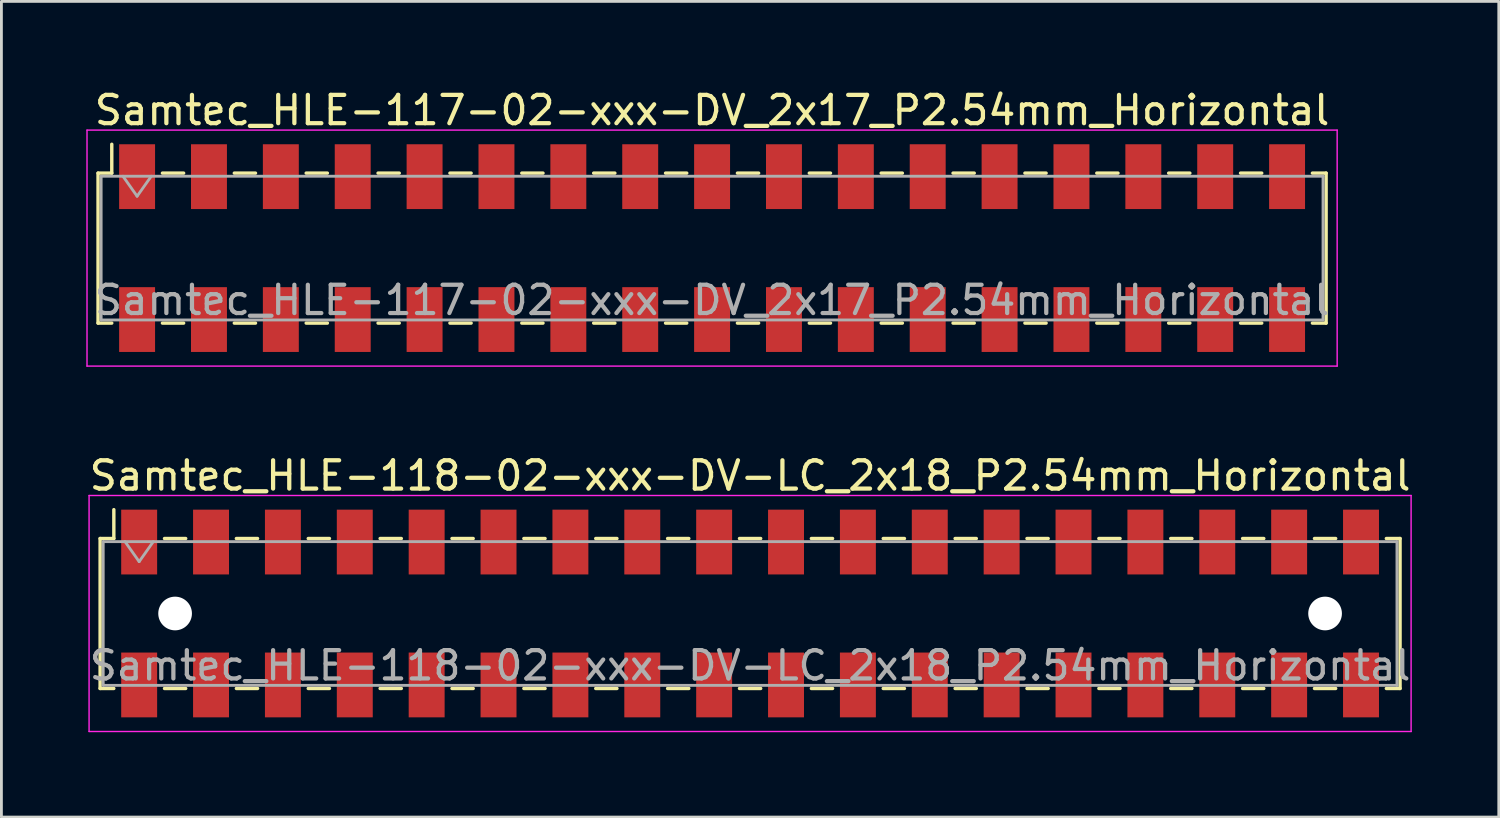
<source format=kicad_pcb>
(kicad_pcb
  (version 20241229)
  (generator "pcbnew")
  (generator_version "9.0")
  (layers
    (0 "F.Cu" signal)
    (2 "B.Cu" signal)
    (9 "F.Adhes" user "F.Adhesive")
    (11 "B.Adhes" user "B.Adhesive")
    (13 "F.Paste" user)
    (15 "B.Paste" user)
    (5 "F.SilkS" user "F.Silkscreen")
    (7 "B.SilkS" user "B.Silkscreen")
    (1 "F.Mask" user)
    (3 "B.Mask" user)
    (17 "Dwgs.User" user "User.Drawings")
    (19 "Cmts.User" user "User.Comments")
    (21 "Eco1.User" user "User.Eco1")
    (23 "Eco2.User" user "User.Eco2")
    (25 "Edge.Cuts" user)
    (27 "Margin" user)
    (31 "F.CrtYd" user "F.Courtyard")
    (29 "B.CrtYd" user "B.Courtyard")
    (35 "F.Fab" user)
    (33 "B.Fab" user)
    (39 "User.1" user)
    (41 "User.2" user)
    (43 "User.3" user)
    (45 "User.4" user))
  (footprint "Samtec_HLE-118-02-xxx-DV-LC_2x18_P2.54mm_Horizontal"
    (layer "F.Cu")
    (at 23.458 18.631)
    (property "Reference" "Samtec_HLE-118-02-xxx-DV-LC_2x18_P2.54mm_Horizontal" (at 0 -4.87 0) (layer "F.SilkS") (effects (font (size 1 1) (thickness 0.15))))
    (attr smd)
    (fp_line (start -22.97 -2.65) (end -22.97 2.65) (stroke (width 0.12) (type solid)) (layer "F.SilkS"))
    (fp_line (start -22.97 2.65) (end -22.485 2.65) (stroke (width 0.12) (type solid)) (layer "F.SilkS"))
    (fp_line (start -22.485 -3.67) (end -22.485 -2.65) (stroke (width 0.12) (type solid)) (layer "F.SilkS"))
    (fp_line (start -22.485 -2.65) (end -22.97 -2.65) (stroke (width 0.12) (type solid)) (layer "F.SilkS"))
    (fp_line (start -20.695 -2.65) (end -19.945 -2.65) (stroke (width 0.12) (type solid)) (layer "F.SilkS"))
    (fp_line (start -20.695 2.65) (end -19.945 2.65) (stroke (width 0.12) (type solid)) (layer "F.SilkS"))
    (fp_line (start -18.155 -2.65) (end -17.405 -2.65) (stroke (width 0.12) (type solid)) (layer "F.SilkS"))
    (fp_line (start -18.155 2.65) (end -17.405 2.65) (stroke (width 0.12) (type solid)) (layer "F.SilkS"))
    (fp_line (start -15.615 -2.65) (end -14.865 -2.65) (stroke (width 0.12) (type solid)) (layer "F.SilkS"))
    (fp_line (start -15.615 2.65) (end -14.865 2.65) (stroke (width 0.12) (type solid)) (layer "F.SilkS"))
    (fp_line (start -13.075 -2.65) (end -12.325 -2.65) (stroke (width 0.12) (type solid)) (layer "F.SilkS"))
    (fp_line (start -13.075 2.65) (end -12.325 2.65) (stroke (width 0.12) (type solid)) (layer "F.SilkS"))
    (fp_line (start -10.535 -2.65) (end -9.785 -2.65) (stroke (width 0.12) (type solid)) (layer "F.SilkS"))
    (fp_line (start -10.535 2.65) (end -9.785 2.65) (stroke (width 0.12) (type solid)) (layer "F.SilkS"))
    (fp_line (start -7.995 -2.65) (end -7.245 -2.65) (stroke (width 0.12) (type solid)) (layer "F.SilkS"))
    (fp_line (start -7.995 2.65) (end -7.245 2.65) (stroke (width 0.12) (type solid)) (layer "F.SilkS"))
    (fp_line (start -5.455 -2.65) (end -4.705 -2.65) (stroke (width 0.12) (type solid)) (layer "F.SilkS"))
    (fp_line (start -5.455 2.65) (end -4.705 2.65) (stroke (width 0.12) (type solid)) (layer "F.SilkS"))
    (fp_line (start -2.915 -2.65) (end -2.165 -2.65) (stroke (width 0.12) (type solid)) (layer "F.SilkS"))
    (fp_line (start -2.915 2.65) (end -2.165 2.65) (stroke (width 0.12) (type solid)) (layer "F.SilkS"))
    (fp_line (start -0.375 -2.65) (end 0.375 -2.65) (stroke (width 0.12) (type solid)) (layer "F.SilkS"))
    (fp_line (start -0.375 2.65) (end 0.375 2.65) (stroke (width 0.12) (type solid)) (layer "F.SilkS"))
    (fp_line (start 2.165 -2.65) (end 2.915 -2.65) (stroke (width 0.12) (type solid)) (layer "F.SilkS"))
    (fp_line (start 2.165 2.65) (end 2.915 2.65) (stroke (width 0.12) (type solid)) (layer "F.SilkS"))
    (fp_line (start 4.705 -2.65) (end 5.455 -2.65) (stroke (width 0.12) (type solid)) (layer "F.SilkS"))
    (fp_line (start 4.705 2.65) (end 5.455 2.65) (stroke (width 0.12) (type solid)) (layer "F.SilkS"))
    (fp_line (start 7.245 -2.65) (end 7.995 -2.65) (stroke (width 0.12) (type solid)) (layer "F.SilkS"))
    (fp_line (start 7.245 2.65) (end 7.995 2.65) (stroke (width 0.12) (type solid)) (layer "F.SilkS"))
    (fp_line (start 9.785 -2.65) (end 10.535 -2.65) (stroke (width 0.12) (type solid)) (layer "F.SilkS"))
    (fp_line (start 9.785 2.65) (end 10.535 2.65) (stroke (width 0.12) (type solid)) (layer "F.SilkS"))
    (fp_line (start 12.325 -2.65) (end 13.075 -2.65) (stroke (width 0.12) (type solid)) (layer "F.SilkS"))
    (fp_line (start 12.325 2.65) (end 13.075 2.65) (stroke (width 0.12) (type solid)) (layer "F.SilkS"))
    (fp_line (start 14.865 -2.65) (end 15.615 -2.65) (stroke (width 0.12) (type solid)) (layer "F.SilkS"))
    (fp_line (start 14.865 2.65) (end 15.615 2.65) (stroke (width 0.12) (type solid)) (layer "F.SilkS"))
    (fp_line (start 17.405 -2.65) (end 18.155 -2.65) (stroke (width 0.12) (type solid)) (layer "F.SilkS"))
    (fp_line (start 17.405 2.65) (end 18.155 2.65) (stroke (width 0.12) (type solid)) (layer "F.SilkS"))
    (fp_line (start 19.945 -2.65) (end 20.695 -2.65) (stroke (width 0.12) (type solid)) (layer "F.SilkS"))
    (fp_line (start 19.945 2.65) (end 20.695 2.65) (stroke (width 0.12) (type solid)) (layer "F.SilkS"))
    (fp_line (start 22.485 -2.65) (end 22.97 -2.65) (stroke (width 0.12) (type solid)) (layer "F.SilkS"))
    (fp_line (start 22.97 -2.65) (end 22.97 2.65) (stroke (width 0.12) (type solid)) (layer "F.SilkS"))
    (fp_line (start 22.97 2.65) (end 22.485 2.65) (stroke (width 0.12) (type solid)) (layer "F.SilkS"))
    (fp_line (start -23.36 -4.17) (end 23.36 -4.17) (stroke (width 0.05) (type solid)) (layer "F.CrtYd"))
    (fp_line (start -23.36 4.17) (end -23.36 -4.17) (stroke (width 0.05) (type solid)) (layer "F.CrtYd"))
    (fp_line (start 23.36 -4.17) (end 23.36 4.17) (stroke (width 0.05) (type solid)) (layer "F.CrtYd"))
    (fp_line (start 23.36 4.17) (end -23.36 4.17) (stroke (width 0.05) (type solid)) (layer "F.CrtYd"))
    (fp_line (start -22.86 -2.54) (end 22.86 -2.54) (stroke (width 0.1) (type solid)) (layer "F.Fab"))
    (fp_line (start -22.86 2.54) (end -22.86 -2.54) (stroke (width 0.1) (type solid)) (layer "F.Fab"))
    (fp_line (start -22.09 -2.54) (end -21.59 -1.833) (stroke (width 0.1) (type solid)) (layer "F.Fab"))
    (fp_line (start -21.59 -1.833) (end -21.09 -2.54) (stroke (width 0.1) (type solid)) (layer "F.Fab"))
    (fp_line (start 22.86 -2.54) (end 22.86 2.54) (stroke (width 0.1) (type solid)) (layer "F.Fab"))
    (fp_line (start 22.86 2.54) (end -22.86 2.54) (stroke (width 0.1) (type solid)) (layer "F.Fab"))
    (fp_text user "${REFERENCE}" (at 0 1.84 0) (layer "F.Fab") (effects (font (size 1 1) (thickness 0.15))))
    (pad "" np_thru_hole circle (at -20.32 0) (size 1.19 1.19) (drill 1.19) (layers "*.Cu" "*.Mask"))
    (pad "" np_thru_hole circle (at 20.32 0) (size 1.19 1.19) (drill 1.19) (layers "*.Cu" "*.Mask"))
    (pad "1" smd rect (at -21.59 -2.525) (size 1.27 2.29) (layers "F.Cu" "F.Mask" "F.Paste"))
    (pad "2" smd rect (at -21.59 2.525) (size 1.27 2.29) (layers "F.Cu" "F.Mask" "F.Paste"))
    (pad "3" smd rect (at -19.05 -2.525) (size 1.27 2.29) (layers "F.Cu" "F.Mask" "F.Paste"))
    (pad "4" smd rect (at -19.05 2.525) (size 1.27 2.29) (layers "F.Cu" "F.Mask" "F.Paste"))
    (pad "5" smd rect (at -16.51 -2.525) (size 1.27 2.29) (layers "F.Cu" "F.Mask" "F.Paste"))
    (pad "6" smd rect (at -16.51 2.525) (size 1.27 2.29) (layers "F.Cu" "F.Mask" "F.Paste"))
    (pad "7" smd rect (at -13.97 -2.525) (size 1.27 2.29) (layers "F.Cu" "F.Mask" "F.Paste"))
    (pad "8" smd rect (at -13.97 2.525) (size 1.27 2.29) (layers "F.Cu" "F.Mask" "F.Paste"))
    (pad "9" smd rect (at -11.43 -2.525) (size 1.27 2.29) (layers "F.Cu" "F.Mask" "F.Paste"))
    (pad "10" smd rect (at -11.43 2.525) (size 1.27 2.29) (layers "F.Cu" "F.Mask" "F.Paste"))
    (pad "11" smd rect (at -8.89 -2.525) (size 1.27 2.29) (layers "F.Cu" "F.Mask" "F.Paste"))
    (pad "12" smd rect (at -8.89 2.525) (size 1.27 2.29) (layers "F.Cu" "F.Mask" "F.Paste"))
    (pad "13" smd rect (at -6.35 -2.525) (size 1.27 2.29) (layers "F.Cu" "F.Mask" "F.Paste"))
    (pad "14" smd rect (at -6.35 2.525) (size 1.27 2.29) (layers "F.Cu" "F.Mask" "F.Paste"))
    (pad "15" smd rect (at -3.81 -2.525) (size 1.27 2.29) (layers "F.Cu" "F.Mask" "F.Paste"))
    (pad "16" smd rect (at -3.81 2.525) (size 1.27 2.29) (layers "F.Cu" "F.Mask" "F.Paste"))
    (pad "17" smd rect (at -1.27 -2.525) (size 1.27 2.29) (layers "F.Cu" "F.Mask" "F.Paste"))
    (pad "18" smd rect (at -1.27 2.525) (size 1.27 2.29) (layers "F.Cu" "F.Mask" "F.Paste"))
    (pad "19" smd rect (at 1.27 -2.525) (size 1.27 2.29) (layers "F.Cu" "F.Mask" "F.Paste"))
    (pad "20" smd rect (at 1.27 2.525) (size 1.27 2.29) (layers "F.Cu" "F.Mask" "F.Paste"))
    (pad "21" smd rect (at 3.81 -2.525) (size 1.27 2.29) (layers "F.Cu" "F.Mask" "F.Paste"))
    (pad "22" smd rect (at 3.81 2.525) (size 1.27 2.29) (layers "F.Cu" "F.Mask" "F.Paste"))
    (pad "23" smd rect (at 6.35 -2.525) (size 1.27 2.29) (layers "F.Cu" "F.Mask" "F.Paste"))
    (pad "24" smd rect (at 6.35 2.525) (size 1.27 2.29) (layers "F.Cu" "F.Mask" "F.Paste"))
    (pad "25" smd rect (at 8.89 -2.525) (size 1.27 2.29) (layers "F.Cu" "F.Mask" "F.Paste"))
    (pad "26" smd rect (at 8.89 2.525) (size 1.27 2.29) (layers "F.Cu" "F.Mask" "F.Paste"))
    (pad "27" smd rect (at 11.43 -2.525) (size 1.27 2.29) (layers "F.Cu" "F.Mask" "F.Paste"))
    (pad "28" smd rect (at 11.43 2.525) (size 1.27 2.29) (layers "F.Cu" "F.Mask" "F.Paste"))
    (pad "29" smd rect (at 13.97 -2.525) (size 1.27 2.29) (layers "F.Cu" "F.Mask" "F.Paste"))
    (pad "30" smd rect (at 13.97 2.525) (size 1.27 2.29) (layers "F.Cu" "F.Mask" "F.Paste"))
    (pad "31" smd rect (at 16.51 -2.525) (size 1.27 2.29) (layers "F.Cu" "F.Mask" "F.Paste"))
    (pad "32" smd rect (at 16.51 2.525) (size 1.27 2.29) (layers "F.Cu" "F.Mask" "F.Paste"))
    (pad "33" smd rect (at 19.05 -2.525) (size 1.27 2.29) (layers "F.Cu" "F.Mask" "F.Paste"))
    (pad "34" smd rect (at 19.05 2.525) (size 1.27 2.29) (layers "F.Cu" "F.Mask" "F.Paste"))
    (pad "35" smd rect (at 21.59 -2.525) (size 1.27 2.29) (layers "F.Cu" "F.Mask" "F.Paste"))
    (pad "36" smd rect (at 21.59 2.525) (size 1.27 2.29) (layers "F.Cu" "F.Mask" "F.Paste")))
  (footprint "Samtec_HLE-117-02-xxx-DV_2x17_P2.54mm_Horizontal"
    (layer "F.Cu")
    (at 22.115 5.718)
    (property "Reference" "Samtec_HLE-117-02-xxx-DV_2x17_P2.54mm_Horizontal" (at 0 -4.87 0) (layer "F.SilkS") (effects (font (size 1 1) (thickness 0.15))))
    (attr smd)
    (fp_line (start -21.7 -2.65) (end -21.7 2.65) (stroke (width 0.12) (type solid)) (layer "F.SilkS"))
    (fp_line (start -21.7 2.65) (end -21.215 2.65) (stroke (width 0.12) (type solid)) (layer "F.SilkS"))
    (fp_line (start -21.215 -3.67) (end -21.215 -2.65) (stroke (width 0.12) (type solid)) (layer "F.SilkS"))
    (fp_line (start -21.215 -2.65) (end -21.7 -2.65) (stroke (width 0.12) (type solid)) (layer "F.SilkS"))
    (fp_line (start -19.425 -2.65) (end -18.675 -2.65) (stroke (width 0.12) (type solid)) (layer "F.SilkS"))
    (fp_line (start -19.425 2.65) (end -18.675 2.65) (stroke (width 0.12) (type solid)) (layer "F.SilkS"))
    (fp_line (start -16.885 -2.65) (end -16.135 -2.65) (stroke (width 0.12) (type solid)) (layer "F.SilkS"))
    (fp_line (start -16.885 2.65) (end -16.135 2.65) (stroke (width 0.12) (type solid)) (layer "F.SilkS"))
    (fp_line (start -14.345 -2.65) (end -13.595 -2.65) (stroke (width 0.12) (type solid)) (layer "F.SilkS"))
    (fp_line (start -14.345 2.65) (end -13.595 2.65) (stroke (width 0.12) (type solid)) (layer "F.SilkS"))
    (fp_line (start -11.805 -2.65) (end -11.055 -2.65) (stroke (width 0.12) (type solid)) (layer "F.SilkS"))
    (fp_line (start -11.805 2.65) (end -11.055 2.65) (stroke (width 0.12) (type solid)) (layer "F.SilkS"))
    (fp_line (start -9.265 -2.65) (end -8.515 -2.65) (stroke (width 0.12) (type solid)) (layer "F.SilkS"))
    (fp_line (start -9.265 2.65) (end -8.515 2.65) (stroke (width 0.12) (type solid)) (layer "F.SilkS"))
    (fp_line (start -6.725 -2.65) (end -5.975 -2.65) (stroke (width 0.12) (type solid)) (layer "F.SilkS"))
    (fp_line (start -6.725 2.65) (end -5.975 2.65) (stroke (width 0.12) (type solid)) (layer "F.SilkS"))
    (fp_line (start -4.185 -2.65) (end -3.435 -2.65) (stroke (width 0.12) (type solid)) (layer "F.SilkS"))
    (fp_line (start -4.185 2.65) (end -3.435 2.65) (stroke (width 0.12) (type solid)) (layer "F.SilkS"))
    (fp_line (start -1.645 -2.65) (end -0.895 -2.65) (stroke (width 0.12) (type solid)) (layer "F.SilkS"))
    (fp_line (start -1.645 2.65) (end -0.895 2.65) (stroke (width 0.12) (type solid)) (layer "F.SilkS"))
    (fp_line (start 0.895 -2.65) (end 1.645 -2.65) (stroke (width 0.12) (type solid)) (layer "F.SilkS"))
    (fp_line (start 0.895 2.65) (end 1.645 2.65) (stroke (width 0.12) (type solid)) (layer "F.SilkS"))
    (fp_line (start 3.435 -2.65) (end 4.185 -2.65) (stroke (width 0.12) (type solid)) (layer "F.SilkS"))
    (fp_line (start 3.435 2.65) (end 4.185 2.65) (stroke (width 0.12) (type solid)) (layer "F.SilkS"))
    (fp_line (start 5.975 -2.65) (end 6.725 -2.65) (stroke (width 0.12) (type solid)) (layer "F.SilkS"))
    (fp_line (start 5.975 2.65) (end 6.725 2.65) (stroke (width 0.12) (type solid)) (layer "F.SilkS"))
    (fp_line (start 8.515 -2.65) (end 9.265 -2.65) (stroke (width 0.12) (type solid)) (layer "F.SilkS"))
    (fp_line (start 8.515 2.65) (end 9.265 2.65) (stroke (width 0.12) (type solid)) (layer "F.SilkS"))
    (fp_line (start 11.055 -2.65) (end 11.805 -2.65) (stroke (width 0.12) (type solid)) (layer "F.SilkS"))
    (fp_line (start 11.055 2.65) (end 11.805 2.65) (stroke (width 0.12) (type solid)) (layer "F.SilkS"))
    (fp_line (start 13.595 -2.65) (end 14.345 -2.65) (stroke (width 0.12) (type solid)) (layer "F.SilkS"))
    (fp_line (start 13.595 2.65) (end 14.345 2.65) (stroke (width 0.12) (type solid)) (layer "F.SilkS"))
    (fp_line (start 16.135 -2.65) (end 16.885 -2.65) (stroke (width 0.12) (type solid)) (layer "F.SilkS"))
    (fp_line (start 16.135 2.65) (end 16.885 2.65) (stroke (width 0.12) (type solid)) (layer "F.SilkS"))
    (fp_line (start 18.675 -2.65) (end 19.425 -2.65) (stroke (width 0.12) (type solid)) (layer "F.SilkS"))
    (fp_line (start 18.675 2.65) (end 19.425 2.65) (stroke (width 0.12) (type solid)) (layer "F.SilkS"))
    (fp_line (start 21.215 -2.65) (end 21.7 -2.65) (stroke (width 0.12) (type solid)) (layer "F.SilkS"))
    (fp_line (start 21.7 -2.65) (end 21.7 2.65) (stroke (width 0.12) (type solid)) (layer "F.SilkS"))
    (fp_line (start 21.7 2.65) (end 21.215 2.65) (stroke (width 0.12) (type solid)) (layer "F.SilkS"))
    (fp_line (start -22.09 -4.17) (end 22.09 -4.17) (stroke (width 0.05) (type solid)) (layer "F.CrtYd"))
    (fp_line (start -22.09 4.17) (end -22.09 -4.17) (stroke (width 0.05) (type solid)) (layer "F.CrtYd"))
    (fp_line (start 22.09 -4.17) (end 22.09 4.17) (stroke (width 0.05) (type solid)) (layer "F.CrtYd"))
    (fp_line (start 22.09 4.17) (end -22.09 4.17) (stroke (width 0.05) (type solid)) (layer "F.CrtYd"))
    (fp_line (start -21.59 -2.54) (end 21.59 -2.54) (stroke (width 0.1) (type solid)) (layer "F.Fab"))
    (fp_line (start -21.59 2.54) (end -21.59 -2.54) (stroke (width 0.1) (type solid)) (layer "F.Fab"))
    (fp_line (start -20.82 -2.54) (end -20.32 -1.833) (stroke (width 0.1) (type solid)) (layer "F.Fab"))
    (fp_line (start -20.32 -1.833) (end -19.82 -2.54) (stroke (width 0.1) (type solid)) (layer "F.Fab"))
    (fp_line (start 21.59 -2.54) (end 21.59 2.54) (stroke (width 0.1) (type solid)) (layer "F.Fab"))
    (fp_line (start 21.59 2.54) (end -21.59 2.54) (stroke (width 0.1) (type solid)) (layer "F.Fab"))
    (fp_text user "${REFERENCE}" (at 0 1.84 0) (layer "F.Fab") (effects (font (size 1 1) (thickness 0.15))))
    (pad "1" smd rect (at -20.32 -2.525) (size 1.27 2.29) (layers "F.Cu" "F.Mask" "F.Paste"))
    (pad "2" smd rect (at -20.32 2.525) (size 1.27 2.29) (layers "F.Cu" "F.Mask" "F.Paste"))
    (pad "3" smd rect (at -17.78 -2.525) (size 1.27 2.29) (layers "F.Cu" "F.Mask" "F.Paste"))
    (pad "4" smd rect (at -17.78 2.525) (size 1.27 2.29) (layers "F.Cu" "F.Mask" "F.Paste"))
    (pad "5" smd rect (at -15.24 -2.525) (size 1.27 2.29) (layers "F.Cu" "F.Mask" "F.Paste"))
    (pad "6" smd rect (at -15.24 2.525) (size 1.27 2.29) (layers "F.Cu" "F.Mask" "F.Paste"))
    (pad "7" smd rect (at -12.7 -2.525) (size 1.27 2.29) (layers "F.Cu" "F.Mask" "F.Paste"))
    (pad "8" smd rect (at -12.7 2.525) (size 1.27 2.29) (layers "F.Cu" "F.Mask" "F.Paste"))
    (pad "9" smd rect (at -10.16 -2.525) (size 1.27 2.29) (layers "F.Cu" "F.Mask" "F.Paste"))
    (pad "10" smd rect (at -10.16 2.525) (size 1.27 2.29) (layers "F.Cu" "F.Mask" "F.Paste"))
    (pad "11" smd rect (at -7.62 -2.525) (size 1.27 2.29) (layers "F.Cu" "F.Mask" "F.Paste"))
    (pad "12" smd rect (at -7.62 2.525) (size 1.27 2.29) (layers "F.Cu" "F.Mask" "F.Paste"))
    (pad "13" smd rect (at -5.08 -2.525) (size 1.27 2.29) (layers "F.Cu" "F.Mask" "F.Paste"))
    (pad "14" smd rect (at -5.08 2.525) (size 1.27 2.29) (layers "F.Cu" "F.Mask" "F.Paste"))
    (pad "15" smd rect (at -2.54 -2.525) (size 1.27 2.29) (layers "F.Cu" "F.Mask" "F.Paste"))
    (pad "16" smd rect (at -2.54 2.525) (size 1.27 2.29) (layers "F.Cu" "F.Mask" "F.Paste"))
    (pad "17" smd rect (at 0 -2.525) (size 1.27 2.29) (layers "F.Cu" "F.Mask" "F.Paste"))
    (pad "18" smd rect (at 0 2.525) (size 1.27 2.29) (layers "F.Cu" "F.Mask" "F.Paste"))
    (pad "19" smd rect (at 2.54 -2.525) (size 1.27 2.29) (layers "F.Cu" "F.Mask" "F.Paste"))
    (pad "20" smd rect (at 2.54 2.525) (size 1.27 2.29) (layers "F.Cu" "F.Mask" "F.Paste"))
    (pad "21" smd rect (at 5.08 -2.525) (size 1.27 2.29) (layers "F.Cu" "F.Mask" "F.Paste"))
    (pad "22" smd rect (at 5.08 2.525) (size 1.27 2.29) (layers "F.Cu" "F.Mask" "F.Paste"))
    (pad "23" smd rect (at 7.62 -2.525) (size 1.27 2.29) (layers "F.Cu" "F.Mask" "F.Paste"))
    (pad "24" smd rect (at 7.62 2.525) (size 1.27 2.29) (layers "F.Cu" "F.Mask" "F.Paste"))
    (pad "25" smd rect (at 10.16 -2.525) (size 1.27 2.29) (layers "F.Cu" "F.Mask" "F.Paste"))
    (pad "26" smd rect (at 10.16 2.525) (size 1.27 2.29) (layers "F.Cu" "F.Mask" "F.Paste"))
    (pad "27" smd rect (at 12.7 -2.525) (size 1.27 2.29) (layers "F.Cu" "F.Mask" "F.Paste"))
    (pad "28" smd rect (at 12.7 2.525) (size 1.27 2.29) (layers "F.Cu" "F.Mask" "F.Paste"))
    (pad "29" smd rect (at 15.24 -2.525) (size 1.27 2.29) (layers "F.Cu" "F.Mask" "F.Paste"))
    (pad "30" smd rect (at 15.24 2.525) (size 1.27 2.29) (layers "F.Cu" "F.Mask" "F.Paste"))
    (pad "31" smd rect (at 17.78 -2.525) (size 1.27 2.29) (layers "F.Cu" "F.Mask" "F.Paste"))
    (pad "32" smd rect (at 17.78 2.525) (size 1.27 2.29) (layers "F.Cu" "F.Mask" "F.Paste"))
    (pad "33" smd rect (at 20.32 -2.525) (size 1.27 2.29) (layers "F.Cu" "F.Mask" "F.Paste"))
    (pad "34" smd rect (at 20.32 2.525) (size 1.27 2.29) (layers "F.Cu" "F.Mask" "F.Paste")))
  (gr_rect
    (start -3 -3)
    (end 49.917 25.826)
    (stroke (width 0.1) (type default))
    (fill no)
    (layer "Edge.Cuts")))
</source>
